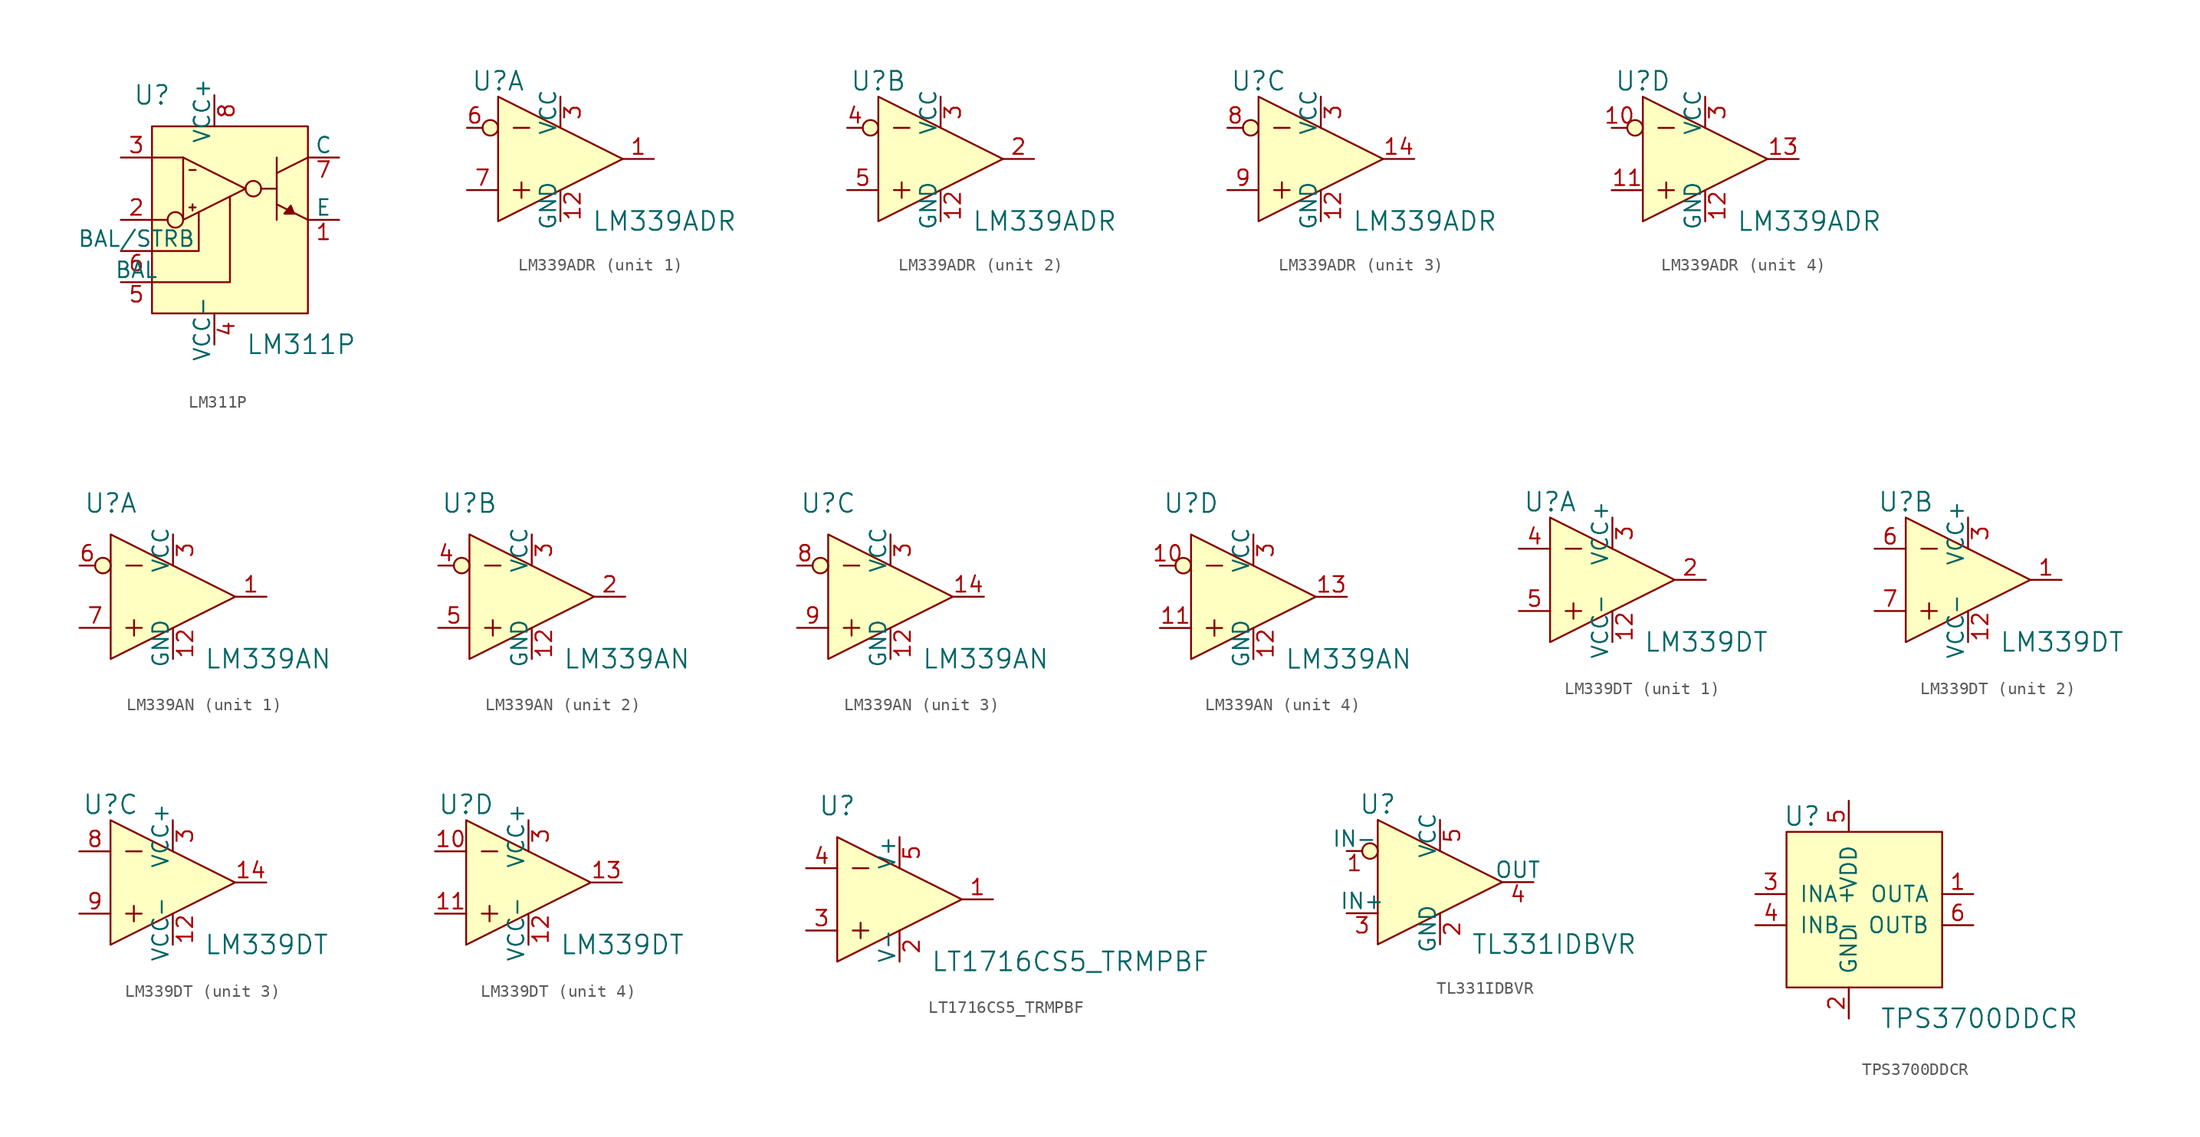
<source format=kicad_sym>
(kicad_symbol_lib
  (version 20231120)
  (generator "kicad_symbol_editor")
  (generator_version "8.0")
  (symbol "LM311P"
    (pin_names
      (offset 0))
    (property "Reference" "U"
      (at -5.08 7.62 0)
      (effects (font (size 1.524 1.524))))
    (property "Value" "LM311P"
      (at 2.54 -12.7 0)
      (effects (font (size 1.524 1.524)) (justify left)))
    (symbol "LM311P_0_1"
      (rectangle (start -5.08 5.08) (end 7.62 -10.16) (stroke (width 0) (type default)) (fill (type background)))
      (circle (center -3.175 -2.54) (radius 0.635) (stroke (width 0) (type default)) (fill (type none)))
      (polyline (pts (xy -5.08 -2.54) (xy -3.81 -2.54)) (stroke (width 0) (type default)) (fill (type none)))
      (polyline (pts (xy -2.54 2.54) (xy -5.08 2.54)) (stroke (width 0) (type default)) (fill (type none)))
      (polyline (pts (xy -2.032 -1.524) (xy -1.524 -1.524)) (stroke (width 0) (type default)) (fill (type none)))
      (polyline (pts (xy -2.032 1.524) (xy -1.524 1.524)) (stroke (width 0) (type default)) (fill (type none)))
      (polyline (pts (xy -1.778 -1.27) (xy -1.778 -1.778)) (stroke (width 0) (type default)) (fill (type none)))
      (polyline (pts (xy -1.27 -1.905) (xy -1.27 -2.54)) (stroke (width 0) (type default)) (fill (type none)))
      (polyline (pts (xy 1.27 -0.635) (xy 1.27 -1.27)) (stroke (width 0) (type default)) (fill (type none)))
      (polyline (pts (xy 5.08 0) (xy 3.81 0)) (stroke (width 0) (type default)) (fill (type none)))
      (polyline (pts (xy 5.08 2.54) (xy 5.08 -2.54)) (stroke (width 0) (type default)) (fill (type none)))
      (polyline (pts (xy 6.477 -2.032) (xy 5.715 -2.032)) (stroke (width 0) (type default)) (fill (type none)))
      (polyline (pts (xy 7.62 -2.54) (xy 5.08 -1.27)) (stroke (width 0) (type default)) (fill (type none)))
      (polyline (pts (xy 7.62 2.54) (xy 5.08 1.27)) (stroke (width 0) (type default)) (fill (type none)))
      (polyline (pts (xy -5.08 -7.62) (xy 1.27 -7.62) (xy 1.27 -1.27)) (stroke (width 0) (type default)) (fill (type none)))
      (polyline (pts (xy -5.08 -5.08) (xy -1.27 -5.08) (xy -1.27 -2.54)) (stroke (width 0) (type default)) (fill (type none)))
      (polyline (pts (xy 6.477 -2.032) (xy 6.223 -1.397) (xy 5.715 -2.032)) (stroke (width 0) (type default)) (fill (type none)))
      (polyline (pts (xy -2.54 2.54) (xy -2.54 -2.54) (xy 2.54 0) (xy -2.54 2.54)) (stroke (width 0) (type default)) (fill (type none)))
      (polyline (pts (xy 6.477 -2.032) (xy 6.223 -1.397) (xy 5.715 -2.032) (xy 6.477 -2.032)) (stroke (width 0) (type default)) (fill (type outline)))
      (circle (center 3.175 0) (radius 0.635) (stroke (width 0) (type default)) (fill (type none))))
    (symbol "LM311P_1_1"
      (pin output line (at 10.16 -2.54 180) (length 2.54) (name "E" (effects (font (size 1.27 1.27)))) (number "1" (effects (font (size 1.27 1.27)))))
      (pin input line (at -7.62 -2.54 0) (length 2.54) (name "~" (effects (font (size 1.27 1.27)))) (number "2" (effects (font (size 1.27 1.27)))))
      (pin input line (at -7.62 2.54 0) (length 2.54) (name "~" (effects (font (size 1.27 1.27)))) (number "3" (effects (font (size 1.27 1.27)))))
      (pin power_in line (at 0 -12.7 90) (length 2.54) (name "VCC-" (effects (font (size 1.27 1.27)))) (number "4" (effects (font (size 1.27 1.27)))))
      (pin input line (at -7.62 -7.62 0) (length 2.54) (name "BAL" (effects (font (size 1.27 1.27)))) (number "5" (effects (font (size 1.27 1.27)))))
      (pin input line (at -7.62 -5.08 0) (length 2.54) (name "BAL/STRB" (effects (font (size 1.27 1.27)))) (number "6" (effects (font (size 1.27 1.27)))))
      (pin output line (at 10.16 2.54 180) (length 2.54) (name "C" (effects (font (size 1.27 1.27)))) (number "7" (effects (font (size 1.27 1.27)))))
      (pin power_in line (at 0 7.62 270) (length 2.54) (name "VCC+" (effects (font (size 1.27 1.27)))) (number "8" (effects (font (size 1.27 1.27)))))))
  (symbol "LM339ADR"
    (pin_names
      (offset 0))
    (property "Reference" "U"
      (at -5.08 6.35 0)
      (effects (font (size 1.524 1.524))))
    (property "Value" "LM339ADR"
      (at 2.54 -5.08 0)
      (effects (font (size 1.524 1.524)) (justify left)))
    (property "ki_locked" ""
      (at 0 0 0)
      (effects (font (size 1.27 1.27))))
    (symbol "LM339ADR_0_1"
      (circle (center -5.715 2.54) (radius 0.635) (stroke (width 0) (type default)) (fill (type background)))
      (polyline (pts (xy -3.81 -2.54) (xy -2.54 -2.54)) (stroke (width 0) (type default)) (fill (type none)))
      (polyline (pts (xy -3.81 2.54) (xy -2.54 2.54)) (stroke (width 0) (type default)) (fill (type none)))
      (polyline (pts (xy -3.175 -1.905) (xy -3.175 -3.175)) (stroke (width 0) (type default)) (fill (type none)))
      (polyline (pts (xy -5.08 5.08) (xy -5.08 -5.08) (xy 5.08 0) (xy -5.08 5.08)) (stroke (width 0) (type default)) (fill (type background))))
    (symbol "LM339ADR_1_1"
      (pin output line (at 7.62 0 180) (length 2.54) (name "~" (effects (font (size 1.27 1.27)))) (number "1" (effects (font (size 1.27 1.27)))))
      (pin power_in line (at 0 -5.08 90) (length 2.54) (name "GND" (effects (font (size 1.27 1.27)))) (number "12" (effects (font (size 1.27 1.27)))))
      (pin power_in line (at 0 5.08 270) (length 2.54) (name "VCC" (effects (font (size 1.27 1.27)))) (number "3" (effects (font (size 1.27 1.27)))))
      (pin input line (at -7.62 2.54 0) (length 1.27) (name "~" (effects (font (size 1.27 1.27)))) (number "6" (effects (font (size 1.27 1.27)))))
      (pin input line (at -7.62 -2.54 0) (length 2.54) (name "~" (effects (font (size 1.27 1.27)))) (number "7" (effects (font (size 1.27 1.27))))))
    (symbol "LM339ADR_2_1"
      (pin power_in line (at 0 -5.08 90) (length 2.54) (name "GND" (effects (font (size 1.27 1.27)))) (number "12" (effects (font (size 1.27 1.27)))))
      (pin output line (at 7.62 0 180) (length 2.54) (name "~" (effects (font (size 1.27 1.27)))) (number "2" (effects (font (size 1.27 1.27)))))
      (pin power_in line (at 0 5.08 270) (length 2.54) (name "VCC" (effects (font (size 1.27 1.27)))) (number "3" (effects (font (size 1.27 1.27)))))
      (pin input line (at -7.62 2.54 0) (length 1.27) (name "~" (effects (font (size 1.27 1.27)))) (number "4" (effects (font (size 1.27 1.27)))))
      (pin input line (at -7.62 -2.54 0) (length 2.54) (name "~" (effects (font (size 1.27 1.27)))) (number "5" (effects (font (size 1.27 1.27))))))
    (symbol "LM339ADR_3_1"
      (pin power_in line (at 0 -5.08 90) (length 2.54) (name "GND" (effects (font (size 1.27 1.27)))) (number "12" (effects (font (size 1.27 1.27)))))
      (pin output line (at 7.62 0 180) (length 2.54) (name "~" (effects (font (size 1.27 1.27)))) (number "14" (effects (font (size 1.27 1.27)))))
      (pin power_in line (at 0 5.08 270) (length 2.54) (name "VCC" (effects (font (size 1.27 1.27)))) (number "3" (effects (font (size 1.27 1.27)))))
      (pin input line (at -7.62 2.54 0) (length 1.27) (name "~" (effects (font (size 1.27 1.27)))) (number "8" (effects (font (size 1.27 1.27)))))
      (pin input line (at -7.62 -2.54 0) (length 2.54) (name "~" (effects (font (size 1.27 1.27)))) (number "9" (effects (font (size 1.27 1.27))))))
    (symbol "LM339ADR_4_1"
      (pin input line (at -7.62 2.54 0) (length 1.27) (name "~" (effects (font (size 1.27 1.27)))) (number "10" (effects (font (size 1.27 1.27)))))
      (pin input line (at -7.62 -2.54 0) (length 2.54) (name "~" (effects (font (size 1.27 1.27)))) (number "11" (effects (font (size 1.27 1.27)))))
      (pin power_in line (at 0 -5.08 90) (length 2.54) (name "GND" (effects (font (size 1.27 1.27)))) (number "12" (effects (font (size 1.27 1.27)))))
      (pin output line (at 7.62 0 180) (length 2.54) (name "~" (effects (font (size 1.27 1.27)))) (number "13" (effects (font (size 1.27 1.27)))))
      (pin power_in line (at 0 5.08 270) (length 2.54) (name "VCC" (effects (font (size 1.27 1.27)))) (number "3" (effects (font (size 1.27 1.27)))))))
  (symbol "LM339AN"
    (pin_names
      (offset 0))
    (property "Reference" "U"
      (at -5.08 7.62 0)
      (effects (font (size 1.524 1.524))))
    (property "Value" "LM339AN"
      (at 2.54 -5.08 0)
      (effects (font (size 1.524 1.524)) (justify left)))
    (property "ki_locked" ""
      (at 0 0 0)
      (effects (font (size 1.27 1.27))))
    (symbol "LM339AN_0_1"
      (circle (center -5.715 2.54) (radius 0.635) (stroke (width 0) (type default)) (fill (type background)))
      (polyline (pts (xy -3.81 -2.54) (xy -2.54 -2.54)) (stroke (width 0) (type default)) (fill (type none)))
      (polyline (pts (xy -3.81 2.54) (xy -2.54 2.54)) (stroke (width 0) (type default)) (fill (type none)))
      (polyline (pts (xy -3.175 -1.905) (xy -3.175 -3.175)) (stroke (width 0) (type default)) (fill (type none)))
      (polyline (pts (xy -5.08 5.08) (xy -5.08 -5.08) (xy 5.08 0) (xy -5.08 5.08)) (stroke (width 0) (type default)) (fill (type background))))
    (symbol "LM339AN_1_1"
      (pin output line (at 7.62 0 180) (length 2.54) (name "~" (effects (font (size 1.27 1.27)))) (number "1" (effects (font (size 1.27 1.27)))))
      (pin power_in line (at 0 -5.08 90) (length 2.54) (name "GND" (effects (font (size 1.27 1.27)))) (number "12" (effects (font (size 1.27 1.27)))))
      (pin power_in line (at 0 5.08 270) (length 2.54) (name "VCC" (effects (font (size 1.27 1.27)))) (number "3" (effects (font (size 1.27 1.27)))))
      (pin input line (at -7.62 2.54 0) (length 1.27) (name "~" (effects (font (size 1.27 1.27)))) (number "6" (effects (font (size 1.27 1.27)))))
      (pin input line (at -7.62 -2.54 0) (length 2.54) (name "~" (effects (font (size 1.27 1.27)))) (number "7" (effects (font (size 1.27 1.27))))))
    (symbol "LM339AN_2_1"
      (pin power_in line (at 0 -5.08 90) (length 2.54) (name "GND" (effects (font (size 1.27 1.27)))) (number "12" (effects (font (size 1.27 1.27)))))
      (pin output line (at 7.62 0 180) (length 2.54) (name "~" (effects (font (size 1.27 1.27)))) (number "2" (effects (font (size 1.27 1.27)))))
      (pin power_in line (at 0 5.08 270) (length 2.54) (name "VCC" (effects (font (size 1.27 1.27)))) (number "3" (effects (font (size 1.27 1.27)))))
      (pin input line (at -7.62 2.54 0) (length 1.27) (name "~" (effects (font (size 1.27 1.27)))) (number "4" (effects (font (size 1.27 1.27)))))
      (pin input line (at -7.62 -2.54 0) (length 2.54) (name "~" (effects (font (size 1.27 1.27)))) (number "5" (effects (font (size 1.27 1.27))))))
    (symbol "LM339AN_3_1"
      (pin power_in line (at 0 -5.08 90) (length 2.54) (name "GND" (effects (font (size 1.27 1.27)))) (number "12" (effects (font (size 1.27 1.27)))))
      (pin output line (at 7.62 0 180) (length 2.54) (name "~" (effects (font (size 1.27 1.27)))) (number "14" (effects (font (size 1.27 1.27)))))
      (pin power_in line (at 0 5.08 270) (length 2.54) (name "VCC" (effects (font (size 1.27 1.27)))) (number "3" (effects (font (size 1.27 1.27)))))
      (pin input line (at -7.62 2.54 0) (length 1.27) (name "~" (effects (font (size 1.27 1.27)))) (number "8" (effects (font (size 1.27 1.27)))))
      (pin input line (at -7.62 -2.54 0) (length 2.54) (name "~" (effects (font (size 1.27 1.27)))) (number "9" (effects (font (size 1.27 1.27))))))
    (symbol "LM339AN_4_1"
      (pin input line (at -7.62 2.54 0) (length 1.27) (name "~" (effects (font (size 1.27 1.27)))) (number "10" (effects (font (size 1.27 1.27)))))
      (pin input line (at -7.62 -2.54 0) (length 2.54) (name "~" (effects (font (size 1.27 1.27)))) (number "11" (effects (font (size 1.27 1.27)))))
      (pin power_in line (at 0 -5.08 90) (length 2.54) (name "GND" (effects (font (size 1.27 1.27)))) (number "12" (effects (font (size 1.27 1.27)))))
      (pin output line (at 7.62 0 180) (length 2.54) (name "~" (effects (font (size 1.27 1.27)))) (number "13" (effects (font (size 1.27 1.27)))))
      (pin power_in line (at 0 5.08 270) (length 2.54) (name "VCC" (effects (font (size 1.27 1.27)))) (number "3" (effects (font (size 1.27 1.27)))))))
  (symbol "LM339DT"
    (pin_names
      (offset 0))
    (property "Reference" "U"
      (at -5.08 6.35 0)
      (effects (font (size 1.524 1.524))))
    (property "Value" "LM339DT"
      (at 2.54 -5.08 0)
      (effects (font (size 1.524 1.524)) (justify left)))
    (property "ki_locked" ""
      (at 0 0 0)
      (effects (font (size 1.27 1.27))))
    (symbol "LM339DT_0_1"
      (polyline (pts (xy -3.81 2.54) (xy -2.54 2.54)) (stroke (width 0) (type default)) (fill (type none)))
      (polyline (pts (xy -3.175 -1.905) (xy -3.175 -3.175)) (stroke (width 0) (type default)) (fill (type none)))
      (polyline (pts (xy -2.54 -2.54) (xy -3.81 -2.54)) (stroke (width 0) (type default)) (fill (type none)))
      (polyline (pts (xy -5.08 5.08) (xy -5.08 -5.08) (xy 5.08 0) (xy -5.08 5.08)) (stroke (width 0) (type default)) (fill (type background))))
    (symbol "LM339DT_1_1"
      (pin power_in line (at 0 -5.08 90) (length 2.54) (name "VCC-" (effects (font (size 1.27 1.27)))) (number "12" (effects (font (size 1.27 1.27)))))
      (pin output line (at 7.62 0 180) (length 2.54) (name "~" (effects (font (size 1.27 1.27)))) (number "2" (effects (font (size 1.27 1.27)))))
      (pin power_in line (at 0 5.08 270) (length 2.54) (name "VCC+" (effects (font (size 1.27 1.27)))) (number "3" (effects (font (size 1.27 1.27)))))
      (pin input line (at -7.62 2.54 0) (length 2.54) (name "~" (effects (font (size 1.27 1.27)))) (number "4" (effects (font (size 1.27 1.27)))))
      (pin input line (at -7.62 -2.54 0) (length 2.54) (name "~" (effects (font (size 1.27 1.27)))) (number "5" (effects (font (size 1.27 1.27))))))
    (symbol "LM339DT_2_1"
      (pin output line (at 7.62 0 180) (length 2.54) (name "~" (effects (font (size 1.27 1.27)))) (number "1" (effects (font (size 1.27 1.27)))))
      (pin power_in line (at 0 -5.08 90) (length 2.54) (name "VCC-" (effects (font (size 1.27 1.27)))) (number "12" (effects (font (size 1.27 1.27)))))
      (pin power_in line (at 0 5.08 270) (length 2.54) (name "VCC+" (effects (font (size 1.27 1.27)))) (number "3" (effects (font (size 1.27 1.27)))))
      (pin input line (at -7.62 2.54 0) (length 2.54) (name "~" (effects (font (size 1.27 1.27)))) (number "6" (effects (font (size 1.27 1.27)))))
      (pin input line (at -7.62 -2.54 0) (length 2.54) (name "~" (effects (font (size 1.27 1.27)))) (number "7" (effects (font (size 1.27 1.27))))))
    (symbol "LM339DT_3_1"
      (pin power_in line (at 0 -5.08 90) (length 2.54) (name "VCC-" (effects (font (size 1.27 1.27)))) (number "12" (effects (font (size 1.27 1.27)))))
      (pin output line (at 7.62 0 180) (length 2.54) (name "~" (effects (font (size 1.27 1.27)))) (number "14" (effects (font (size 1.27 1.27)))))
      (pin power_in line (at 0 5.08 270) (length 2.54) (name "VCC+" (effects (font (size 1.27 1.27)))) (number "3" (effects (font (size 1.27 1.27)))))
      (pin input line (at -7.62 2.54 0) (length 2.54) (name "~" (effects (font (size 1.27 1.27)))) (number "8" (effects (font (size 1.27 1.27)))))
      (pin input line (at -7.62 -2.54 0) (length 2.54) (name "~" (effects (font (size 1.27 1.27)))) (number "9" (effects (font (size 1.27 1.27))))))
    (symbol "LM339DT_4_1"
      (pin input line (at -7.62 2.54 0) (length 2.54) (name "~" (effects (font (size 1.27 1.27)))) (number "10" (effects (font (size 1.27 1.27)))))
      (pin input line (at -7.62 -2.54 0) (length 2.54) (name "~" (effects (font (size 1.27 1.27)))) (number "11" (effects (font (size 1.27 1.27)))))
      (pin power_in line (at 0 -5.08 90) (length 2.54) (name "VCC-" (effects (font (size 1.27 1.27)))) (number "12" (effects (font (size 1.27 1.27)))))
      (pin output line (at 7.62 0 180) (length 2.54) (name "~" (effects (font (size 1.27 1.27)))) (number "13" (effects (font (size 1.27 1.27)))))
      (pin power_in line (at 0 5.08 270) (length 2.54) (name "VCC+" (effects (font (size 1.27 1.27)))) (number "3" (effects (font (size 1.27 1.27)))))))
  (symbol "LT1716CS5_TRMPBF"
    (pin_names
      (offset 0))
    (property "Reference" "U"
      (at -5.08 7.62 0)
      (effects (font (size 1.524 1.524))))
    (property "Value" "LT1716CS5_TRMPBF"
      (at 2.54 -5.08 0)
      (effects (font (size 1.524 1.524)) (justify left)))
    (symbol "LT1716CS5_TRMPBF_0_1"
      (polyline (pts (xy -3.81 -2.54) (xy -2.54 -2.54)) (stroke (width 0) (type default)) (fill (type none)))
      (polyline (pts (xy -3.81 2.54) (xy -2.54 2.54)) (stroke (width 0) (type default)) (fill (type none)))
      (polyline (pts (xy -3.175 -1.905) (xy -3.175 -3.175)) (stroke (width 0) (type default)) (fill (type none)))
      (polyline (pts (xy 5.08 0) (xy -5.08 5.08) (xy -5.08 -5.08) (xy 5.08 0)) (stroke (width 0) (type default)) (fill (type background))))
    (symbol "LT1716CS5_TRMPBF_1_1"
      (pin output line (at 7.62 0 180) (length 2.54) (name "~" (effects (font (size 1.27 1.27)))) (number "1" (effects (font (size 1.27 1.27)))))
      (pin power_in line (at 0 -5.08 90) (length 2.54) (name "V-" (effects (font (size 1.27 1.27)))) (number "2" (effects (font (size 1.27 1.27)))))
      (pin input line (at -7.62 -2.54 0) (length 2.54) (name "~" (effects (font (size 1.27 1.27)))) (number "3" (effects (font (size 1.27 1.27)))))
      (pin input line (at -7.62 2.54 0) (length 2.54) (name "~" (effects (font (size 1.27 1.27)))) (number "4" (effects (font (size 1.27 1.27)))))
      (pin power_in line (at 0 5.08 270) (length 2.54) (name "V+" (effects (font (size 1.27 1.27)))) (number "5" (effects (font (size 1.27 1.27)))))))
  (symbol "TL331IDBVR"
    (pin_names
      (offset 0))
    (property "Reference" "U"
      (at -5.08 6.35 0)
      (effects (font (size 1.524 1.524))))
    (property "Value" "TL331IDBVR"
      (at 2.54 -5.08 0)
      (effects (font (size 1.524 1.524)) (justify left)))
    (symbol "TL331IDBVR_0_1"
      (circle (center -5.715 2.54) (radius 0.635) (stroke (width 0) (type default)) (fill (type background)))
      (polyline (pts (xy 5.08 0) (xy -5.08 5.08) (xy -5.08 -5.08) (xy 5.08 0)) (stroke (width 0) (type default)) (fill (type background))))
    (symbol "TL331IDBVR_1_1"
      (pin input line (at -7.62 2.54 0) (length 1.27) (name "IN-" (effects (font (size 1.27 1.27)))) (number "1" (effects (font (size 1.27 1.27)))))
      (pin power_in line (at 0 -5.08 90) (length 2.54) (name "GND" (effects (font (size 1.27 1.27)))) (number "2" (effects (font (size 1.27 1.27)))))
      (pin input line (at -7.62 -2.54 0) (length 2.54) (name "IN+" (effects (font (size 1.27 1.27)))) (number "3" (effects (font (size 1.27 1.27)))))
      (pin output line (at 7.62 0 180) (length 2.54) (name "OUT" (effects (font (size 1.27 1.27)))) (number "4" (effects (font (size 1.27 1.27)))))
      (pin power_in line (at 0 5.08 270) (length 2.54) (name "VCC" (effects (font (size 1.27 1.27)))) (number "5" (effects (font (size 1.27 1.27)))))))
  (symbol "TPS3700DDCR"
    (pin_names
      (offset 1.016))
    (property "Reference" "U"
      (at -6.35 3.81 0)
      (effects (font (size 1.524 1.524))))
    (property "Value" "TPS3700DDCR"
      (at 0 -12.7 0)
      (effects (font (size 1.524 1.524)) (justify left)))
    (symbol "TPS3700DDCR_0_1"
      (rectangle (start -7.62 2.54) (end 5.08 -10.16) (stroke (width 0) (type default)) (fill (type background))))
    (symbol "TPS3700DDCR_1_1"
      (pin output line (at 7.62 -2.54 180) (length 2.54) (name "OUTA" (effects (font (size 1.27 1.27)))) (number "1" (effects (font (size 1.27 1.27)))))
      (pin power_in line (at -2.54 -12.7 90) (length 2.54) (name "GND" (effects (font (size 1.27 1.27)))) (number "2" (effects (font (size 1.27 1.27)))))
      (pin input line (at -10.16 -2.54 0) (length 2.54) (name "INA+" (effects (font (size 1.27 1.27)))) (number "3" (effects (font (size 1.27 1.27)))))
      (pin input line (at -10.16 -5.08 0) (length 2.54) (name "INB-" (effects (font (size 1.27 1.27)))) (number "4" (effects (font (size 1.27 1.27)))))
      (pin power_in line (at -2.54 5.08 270) (length 2.54) (name "VDD" (effects (font (size 1.27 1.27)))) (number "5" (effects (font (size 1.27 1.27)))))
      (pin output line (at 7.62 -5.08 180) (length 2.54) (name "OUTB" (effects (font (size 1.27 1.27)))) (number "6" (effects (font (size 1.27 1.27))))))))
</source>
